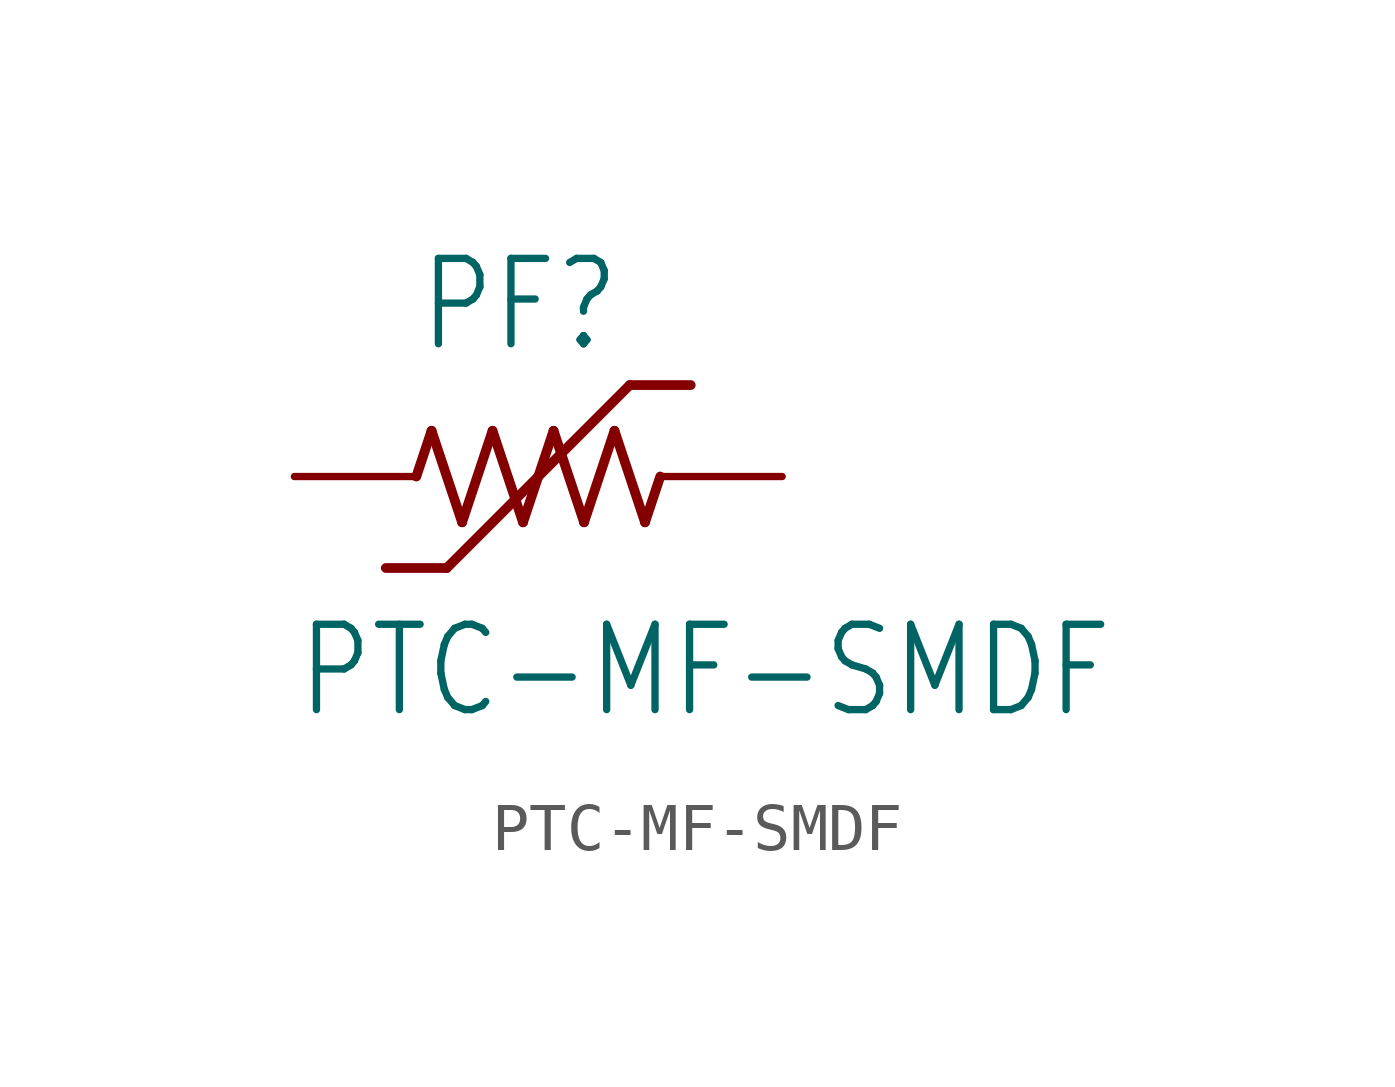
<source format=kicad_sym>
(kicad_symbol_lib
  (version 20211014)
  (generator kicad_symbol_editor)
  (symbol "PTC-MF-SMDF"
    (property "Reference" "PF"
      (at -2.54 2.54 0)
      (effects (font (size 1.778 1.511)) (justify left bottom)))
    (property "Value" "PTC-MF-SMDF"
      (at -5.08 -5.08 0)
      (effects (font (size 1.778 1.511)) (justify left bottom)))
    (property "ki_locked" ""
      (at 0 0 0)
      (effects (font (size 1.27 1.27))))
    (symbol "PTC-MF-SMDF_1_0"
      (polyline (pts (xy -2.54 0) (xy -2.223 0.953)) (stroke (width 0.203) (type default) (color 0 0 0 0)) (fill (type none)))
      (polyline (pts (xy -2.223 0.953) (xy -1.587 -0.953)) (stroke (width 0.203) (type default) (color 0 0 0 0)) (fill (type none)))
      (polyline (pts (xy -1.905 -1.905) (xy -3.175 -1.905)) (stroke (width 0.203) (type default) (color 0 0 0 0)) (fill (type none)))
      (polyline (pts (xy -1.587 -0.953) (xy -0.953 0.953)) (stroke (width 0.203) (type default) (color 0 0 0 0)) (fill (type none)))
      (polyline (pts (xy -0.953 0.953) (xy -0.318 -0.953)) (stroke (width 0.203) (type default) (color 0 0 0 0)) (fill (type none)))
      (polyline (pts (xy -0.318 -0.953) (xy 0.318 0.953)) (stroke (width 0.203) (type default) (color 0 0 0 0)) (fill (type none)))
      (polyline (pts (xy 0.318 0.953) (xy 0.953 -0.953)) (stroke (width 0.203) (type default) (color 0 0 0 0)) (fill (type none)))
      (polyline (pts (xy 0.953 -0.953) (xy 1.587 0.953)) (stroke (width 0.203) (type default) (color 0 0 0 0)) (fill (type none)))
      (polyline (pts (xy 1.587 0.953) (xy 2.223 -0.953)) (stroke (width 0.203) (type default) (color 0 0 0 0)) (fill (type none)))
      (polyline (pts (xy 1.905 1.905) (xy -1.905 -1.905)) (stroke (width 0.203) (type default) (color 0 0 0 0)) (fill (type none)))
      (polyline (pts (xy 2.223 -0.953) (xy 2.54 0)) (stroke (width 0.203) (type default) (color 0 0 0 0)) (fill (type none)))
      (polyline (pts (xy 3.175 1.905) (xy 1.905 1.905)) (stroke (width 0.203) (type default) (color 0 0 0 0)) (fill (type none)))
      (pin passive line (at -5.08 0 0) (length 2.54) (name "1" (effects (font (size 0 0)))) (number "1" (effects (font (size 0 0)))))
      (pin passive line (at 5.08 0 180) (length 2.54) (name "2" (effects (font (size 0 0)))) (number "2" (effects (font (size 0 0))))))))
</source>
